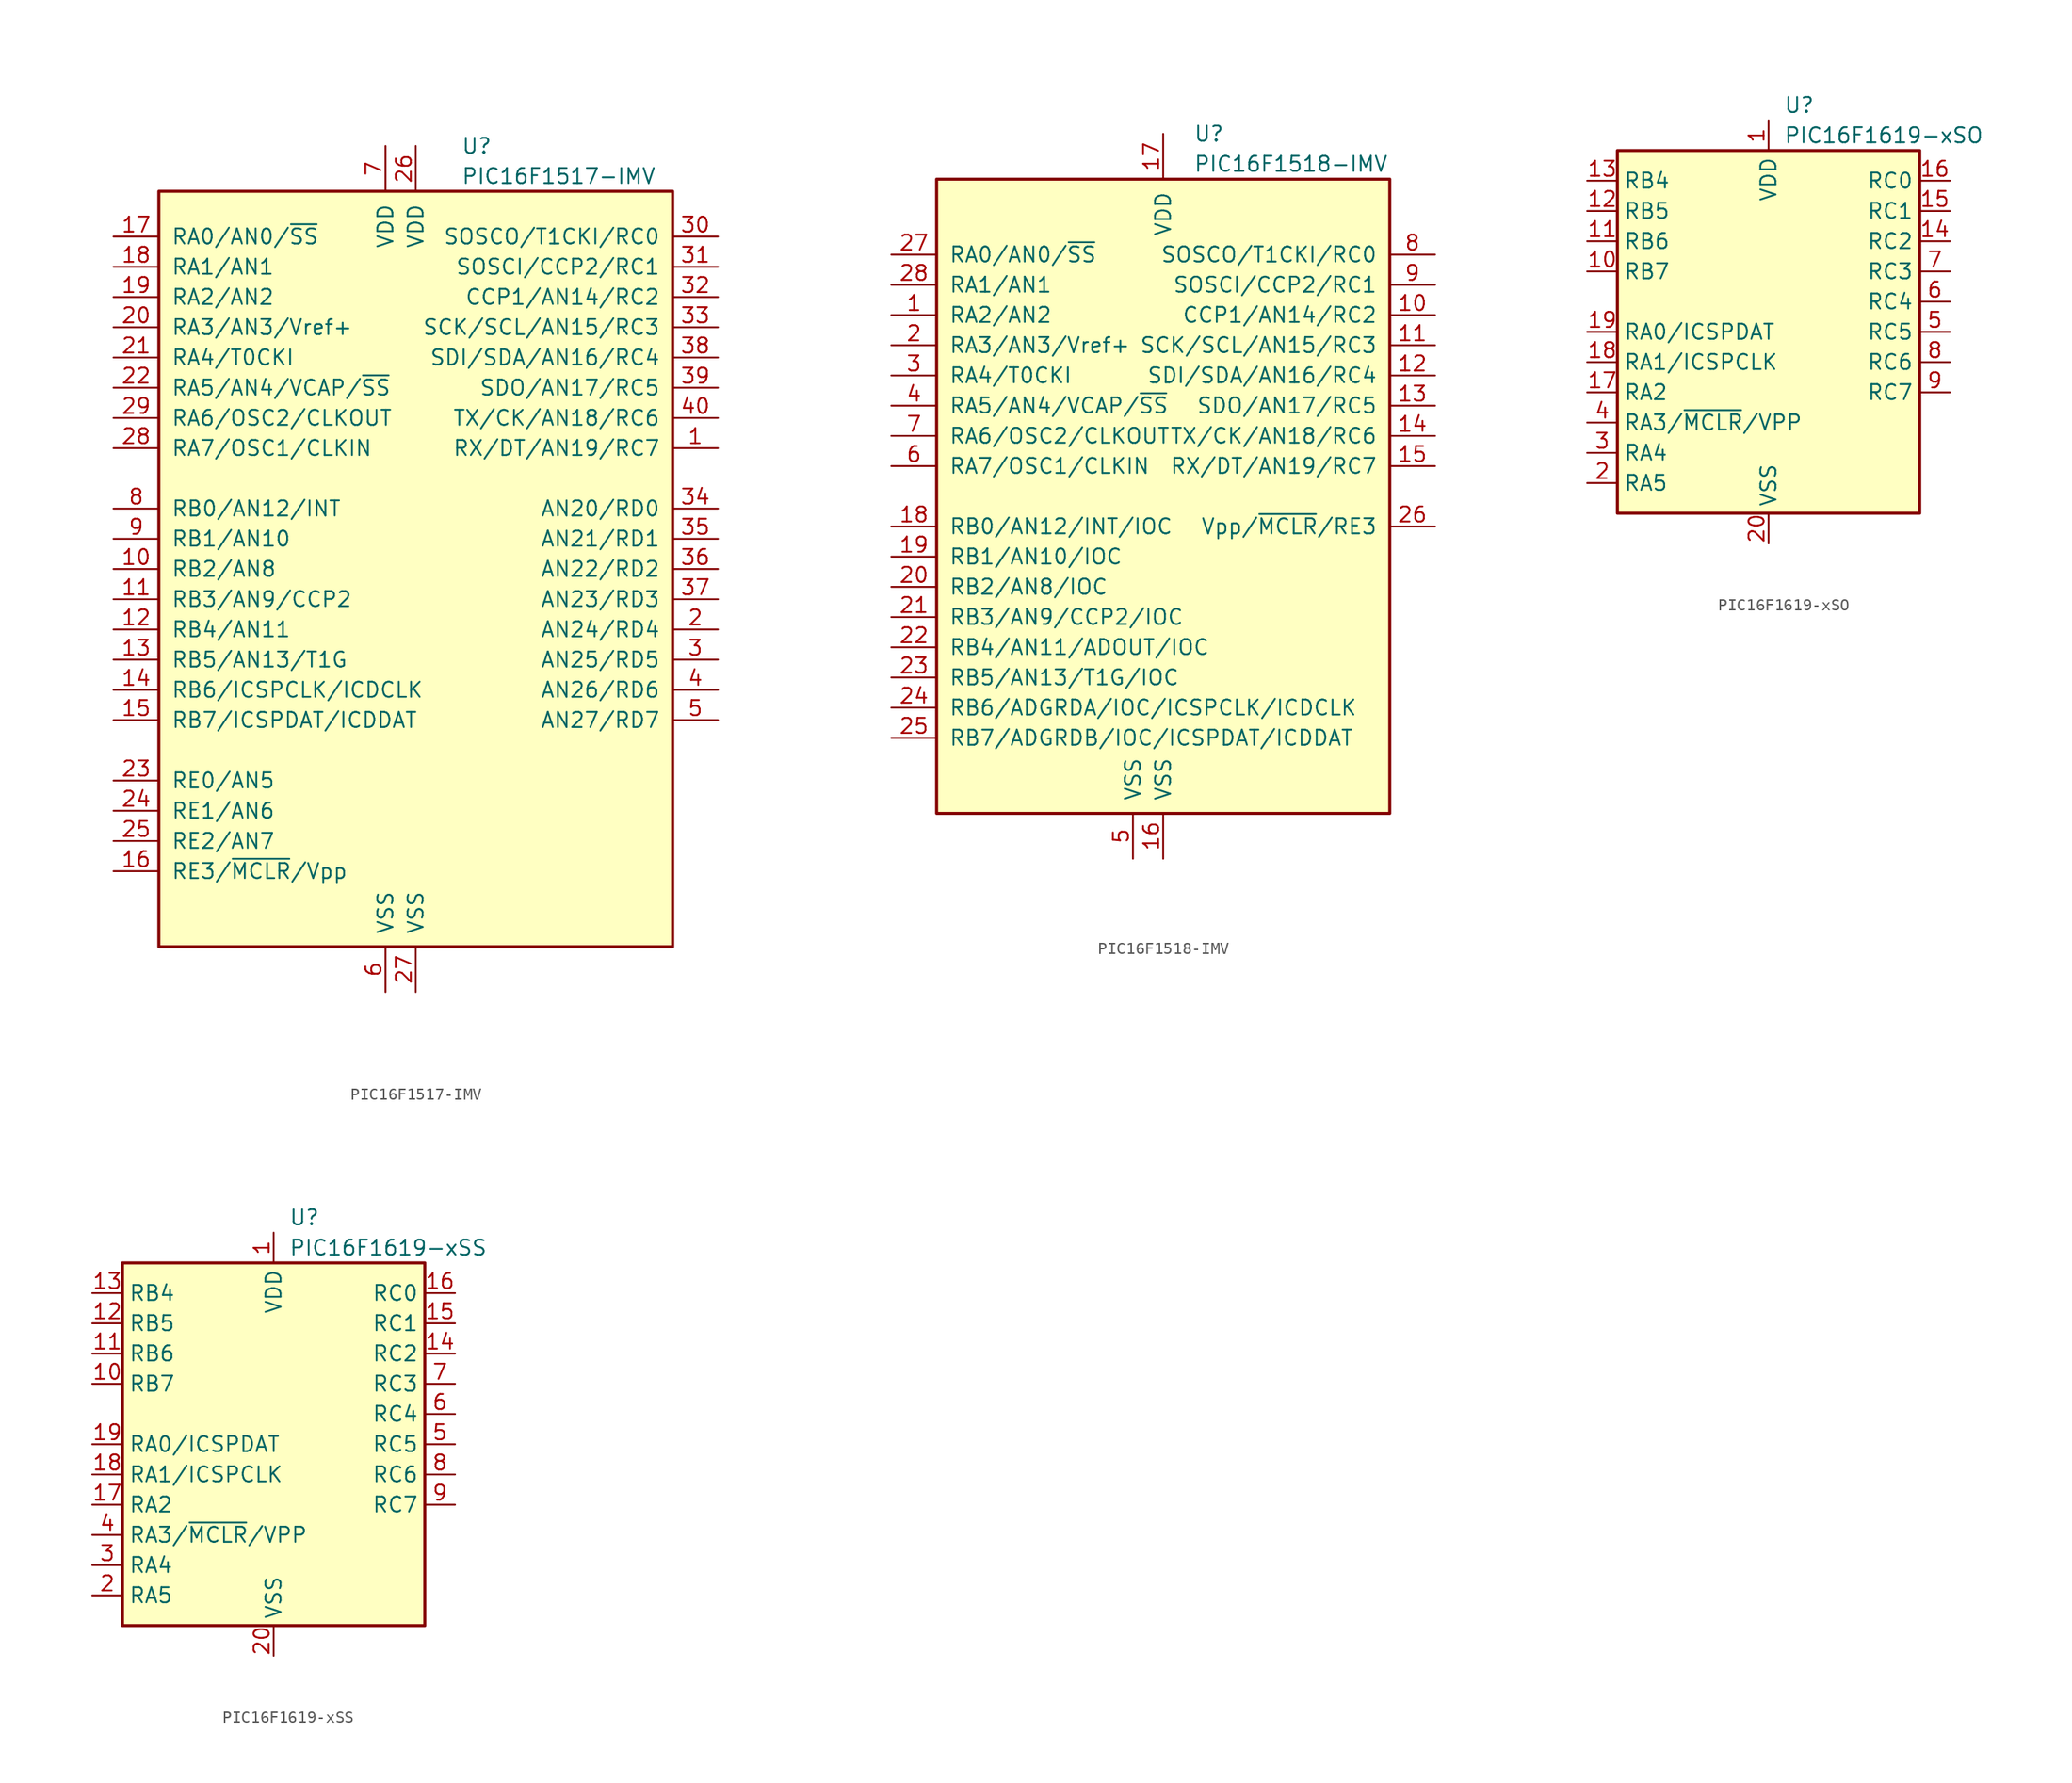
<source format=kicad_sym>
(kicad_symbol_lib
  (version 20241209)
  (generator "kicad_symbol_editor")
  (generator_version "9.0")
  (symbol "PIC16F1517-IMV"
    (pin_names
      (offset 1.016))
    (property "Reference" "U"
      (at 3.81 35.56 0)
      (effects (font (size 1.27 1.27)) (justify left)))
    (property "Value" "PIC16F1517-IMV"
      (at 3.81 33.02 0)
      (effects (font (size 1.27 1.27)) (justify left)))
    (symbol "PIC16F1517-IMV_0_1"
      (rectangle (start -21.59 31.75) (end 21.59 -31.75) (stroke (width 0.254) (type default)) (fill (type background))))
    (symbol "PIC16F1517-IMV_1_1"
      (pin bidirectional line (at -25.4 27.94 0) (length 3.81) (name "RA0/AN0/~{SS}" (effects (font (size 1.27 1.27)))) (number "17" (effects (font (size 1.27 1.27)))))
      (pin bidirectional line (at -25.4 25.4 0) (length 3.81) (name "RA1/AN1" (effects (font (size 1.27 1.27)))) (number "18" (effects (font (size 1.27 1.27)))))
      (pin bidirectional line (at -25.4 22.86 0) (length 3.81) (name "RA2/AN2" (effects (font (size 1.27 1.27)))) (number "19" (effects (font (size 1.27 1.27)))))
      (pin bidirectional line (at -25.4 20.32 0) (length 3.81) (name "RA3/AN3/Vref+" (effects (font (size 1.27 1.27)))) (number "20" (effects (font (size 1.27 1.27)))))
      (pin bidirectional line (at -25.4 17.78 0) (length 3.81) (name "RA4/T0CKI" (effects (font (size 1.27 1.27)))) (number "21" (effects (font (size 1.27 1.27)))))
      (pin bidirectional line (at -25.4 15.24 0) (length 3.81) (name "RA5/AN4/VCAP/~{SS}" (effects (font (size 1.27 1.27)))) (number "22" (effects (font (size 1.27 1.27)))))
      (pin bidirectional line (at -25.4 12.7 0) (length 3.81) (name "RA6/OSC2/CLKOUT" (effects (font (size 1.27 1.27)))) (number "29" (effects (font (size 1.27 1.27)))))
      (pin bidirectional line (at -25.4 10.16 0) (length 3.81) (name "RA7/OSC1/CLKIN" (effects (font (size 1.27 1.27)))) (number "28" (effects (font (size 1.27 1.27)))))
      (pin bidirectional line (at -25.4 5.08 0) (length 3.81) (name "RB0/AN12/INT" (effects (font (size 1.27 1.27)))) (number "8" (effects (font (size 1.27 1.27)))))
      (pin bidirectional line (at -25.4 2.54 0) (length 3.81) (name "RB1/AN10" (effects (font (size 1.27 1.27)))) (number "9" (effects (font (size 1.27 1.27)))))
      (pin bidirectional line (at -25.4 0 0) (length 3.81) (name "RB2/AN8" (effects (font (size 1.27 1.27)))) (number "10" (effects (font (size 1.27 1.27)))))
      (pin bidirectional line (at -25.4 -2.54 0) (length 3.81) (name "RB3/AN9/CCP2" (effects (font (size 1.27 1.27)))) (number "11" (effects (font (size 1.27 1.27)))))
      (pin bidirectional line (at -25.4 -5.08 0) (length 3.81) (name "RB4/AN11" (effects (font (size 1.27 1.27)))) (number "12" (effects (font (size 1.27 1.27)))))
      (pin bidirectional line (at -25.4 -7.62 0) (length 3.81) (name "RB5/AN13/T1G" (effects (font (size 1.27 1.27)))) (number "13" (effects (font (size 1.27 1.27)))))
      (pin bidirectional line (at -25.4 -10.16 0) (length 3.81) (name "RB6/ICSPCLK/ICDCLK" (effects (font (size 1.27 1.27)))) (number "14" (effects (font (size 1.27 1.27)))))
      (pin bidirectional line (at -25.4 -12.7 0) (length 3.81) (name "RB7/ICSPDAT/ICDDAT" (effects (font (size 1.27 1.27)))) (number "15" (effects (font (size 1.27 1.27)))))
      (pin bidirectional line (at -25.4 -17.78 0) (length 3.81) (name "RE0/AN5" (effects (font (size 1.27 1.27)))) (number "23" (effects (font (size 1.27 1.27)))))
      (pin bidirectional line (at -25.4 -20.32 0) (length 3.81) (name "RE1/AN6" (effects (font (size 1.27 1.27)))) (number "24" (effects (font (size 1.27 1.27)))))
      (pin bidirectional line (at -25.4 -22.86 0) (length 3.81) (name "RE2/AN7" (effects (font (size 1.27 1.27)))) (number "25" (effects (font (size 1.27 1.27)))))
      (pin input line (at -25.4 -25.4 0) (length 3.81) (name "RE3/~{MCLR}/Vpp" (effects (font (size 1.27 1.27)))) (number "16" (effects (font (size 1.27 1.27)))))
      (pin power_in line (at -2.54 35.56 270) (length 3.81) (name "VDD" (effects (font (size 1.27 1.27)))) (number "7" (effects (font (size 1.27 1.27)))))
      (pin power_in line (at -2.54 -35.56 90) (length 3.81) (name "VSS" (effects (font (size 1.27 1.27)))) (number "6" (effects (font (size 1.27 1.27)))))
      (pin power_in line (at 0 35.56 270) (length 3.81) (name "VDD" (effects (font (size 1.27 1.27)))) (number "26" (effects (font (size 1.27 1.27)))))
      (pin power_in line (at 0 -35.56 90) (length 3.81) (name "VSS" (effects (font (size 1.27 1.27)))) (number "27" (effects (font (size 1.27 1.27)))))
      (pin bidirectional line (at 25.4 27.94 180) (length 3.81) (name "SOSCO/T1CKI/RC0" (effects (font (size 1.27 1.27)))) (number "30" (effects (font (size 1.27 1.27)))))
      (pin bidirectional line (at 25.4 25.4 180) (length 3.81) (name "SOSCI/CCP2/RC1" (effects (font (size 1.27 1.27)))) (number "31" (effects (font (size 1.27 1.27)))))
      (pin bidirectional line (at 25.4 22.86 180) (length 3.81) (name "CCP1/AN14/RC2" (effects (font (size 1.27 1.27)))) (number "32" (effects (font (size 1.27 1.27)))))
      (pin bidirectional line (at 25.4 20.32 180) (length 3.81) (name "SCK/SCL/AN15/RC3" (effects (font (size 1.27 1.27)))) (number "33" (effects (font (size 1.27 1.27)))))
      (pin bidirectional line (at 25.4 17.78 180) (length 3.81) (name "SDI/SDA/AN16/RC4" (effects (font (size 1.27 1.27)))) (number "38" (effects (font (size 1.27 1.27)))))
      (pin bidirectional line (at 25.4 15.24 180) (length 3.81) (name "SDO/AN17/RC5" (effects (font (size 1.27 1.27)))) (number "39" (effects (font (size 1.27 1.27)))))
      (pin bidirectional line (at 25.4 12.7 180) (length 3.81) (name "TX/CK/AN18/RC6" (effects (font (size 1.27 1.27)))) (number "40" (effects (font (size 1.27 1.27)))))
      (pin bidirectional line (at 25.4 10.16 180) (length 3.81) (name "RX/DT/AN19/RC7" (effects (font (size 1.27 1.27)))) (number "1" (effects (font (size 1.27 1.27)))))
      (pin bidirectional line (at 25.4 5.08 180) (length 3.81) (name "AN20/RD0" (effects (font (size 1.27 1.27)))) (number "34" (effects (font (size 1.27 1.27)))))
      (pin bidirectional line (at 25.4 2.54 180) (length 3.81) (name "AN21/RD1" (effects (font (size 1.27 1.27)))) (number "35" (effects (font (size 1.27 1.27)))))
      (pin bidirectional line (at 25.4 0 180) (length 3.81) (name "AN22/RD2" (effects (font (size 1.27 1.27)))) (number "36" (effects (font (size 1.27 1.27)))))
      (pin bidirectional line (at 25.4 -2.54 180) (length 3.81) (name "AN23/RD3" (effects (font (size 1.27 1.27)))) (number "37" (effects (font (size 1.27 1.27)))))
      (pin bidirectional line (at 25.4 -5.08 180) (length 3.81) (name "AN24/RD4" (effects (font (size 1.27 1.27)))) (number "2" (effects (font (size 1.27 1.27)))))
      (pin bidirectional line (at 25.4 -7.62 180) (length 3.81) (name "AN25/RD5" (effects (font (size 1.27 1.27)))) (number "3" (effects (font (size 1.27 1.27)))))
      (pin bidirectional line (at 25.4 -10.16 180) (length 3.81) (name "AN26/RD6" (effects (font (size 1.27 1.27)))) (number "4" (effects (font (size 1.27 1.27)))))
      (pin bidirectional line (at 25.4 -12.7 180) (length 3.81) (name "AN27/RD7" (effects (font (size 1.27 1.27)))) (number "5" (effects (font (size 1.27 1.27)))))))
  (symbol "PIC16F1518-IMV"
    (pin_names
      (offset 1.016))
    (property "Reference" "U"
      (at 2.54 30.48 0)
      (effects (font (size 1.27 1.27)) (justify left)))
    (property "Value" "PIC16F1518-IMV"
      (at 2.54 27.94 0)
      (effects (font (size 1.27 1.27)) (justify left)))
    (symbol "PIC16F1518-IMV_0_1"
      (rectangle (start -19.05 26.67) (end 19.05 -26.67) (stroke (width 0.254) (type default)) (fill (type background))))
    (symbol "PIC16F1518-IMV_1_1"
      (pin bidirectional line (at -22.86 20.32 0) (length 3.81) (name "RA0/AN0/~{SS}" (effects (font (size 1.27 1.27)))) (number "27" (effects (font (size 1.27 1.27)))))
      (pin bidirectional line (at -22.86 17.78 0) (length 3.81) (name "RA1/AN1" (effects (font (size 1.27 1.27)))) (number "28" (effects (font (size 1.27 1.27)))))
      (pin bidirectional line (at -22.86 15.24 0) (length 3.81) (name "RA2/AN2" (effects (font (size 1.27 1.27)))) (number "1" (effects (font (size 1.27 1.27)))))
      (pin bidirectional line (at -22.86 12.7 0) (length 3.81) (name "RA3/AN3/Vref+" (effects (font (size 1.27 1.27)))) (number "2" (effects (font (size 1.27 1.27)))))
      (pin bidirectional line (at -22.86 10.16 0) (length 3.81) (name "RA4/T0CKI" (effects (font (size 1.27 1.27)))) (number "3" (effects (font (size 1.27 1.27)))))
      (pin bidirectional line (at -22.86 7.62 0) (length 3.81) (name "RA5/AN4/VCAP/~{SS}" (effects (font (size 1.27 1.27)))) (number "4" (effects (font (size 1.27 1.27)))))
      (pin bidirectional line (at -22.86 5.08 0) (length 3.81) (name "RA6/OSC2/CLKOUT" (effects (font (size 1.27 1.27)))) (number "7" (effects (font (size 1.27 1.27)))))
      (pin bidirectional line (at -22.86 2.54 0) (length 3.81) (name "RA7/OSC1/CLKIN" (effects (font (size 1.27 1.27)))) (number "6" (effects (font (size 1.27 1.27)))))
      (pin bidirectional line (at -22.86 -2.54 0) (length 3.81) (name "RB0/AN12/INT/IOC" (effects (font (size 1.27 1.27)))) (number "18" (effects (font (size 1.27 1.27)))))
      (pin bidirectional line (at -22.86 -5.08 0) (length 3.81) (name "RB1/AN10/IOC" (effects (font (size 1.27 1.27)))) (number "19" (effects (font (size 1.27 1.27)))))
      (pin bidirectional line (at -22.86 -7.62 0) (length 3.81) (name "RB2/AN8/IOC" (effects (font (size 1.27 1.27)))) (number "20" (effects (font (size 1.27 1.27)))))
      (pin bidirectional line (at -22.86 -10.16 0) (length 3.81) (name "RB3/AN9/CCP2/IOC" (effects (font (size 1.27 1.27)))) (number "21" (effects (font (size 1.27 1.27)))))
      (pin bidirectional line (at -22.86 -12.7 0) (length 3.81) (name "RB4/AN11/ADOUT/IOC" (effects (font (size 1.27 1.27)))) (number "22" (effects (font (size 1.27 1.27)))))
      (pin bidirectional line (at -22.86 -15.24 0) (length 3.81) (name "RB5/AN13/T1G/IOC" (effects (font (size 1.27 1.27)))) (number "23" (effects (font (size 1.27 1.27)))))
      (pin bidirectional line (at -22.86 -17.78 0) (length 3.81) (name "RB6/ADGRDA/IOC/ICSPCLK/ICDCLK" (effects (font (size 1.27 1.27)))) (number "24" (effects (font (size 1.27 1.27)))))
      (pin bidirectional line (at -22.86 -20.32 0) (length 3.81) (name "RB7/ADGRDB/IOC/ICSPDAT/ICDDAT" (effects (font (size 1.27 1.27)))) (number "25" (effects (font (size 1.27 1.27)))))
      (pin power_in line (at -2.54 -30.48 90) (length 3.81) (name "VSS" (effects (font (size 1.27 1.27)))) (number "5" (effects (font (size 1.27 1.27)))))
      (pin power_in line (at 0 30.48 270) (length 3.81) (name "VDD" (effects (font (size 1.27 1.27)))) (number "17" (effects (font (size 1.27 1.27)))))
      (pin power_in line (at 0 -30.48 90) (length 3.81) (name "VSS" (effects (font (size 1.27 1.27)))) (number "16" (effects (font (size 1.27 1.27)))))
      (pin bidirectional line (at 22.86 20.32 180) (length 3.81) (name "SOSCO/T1CKI/RC0" (effects (font (size 1.27 1.27)))) (number "8" (effects (font (size 1.27 1.27)))))
      (pin bidirectional line (at 22.86 17.78 180) (length 3.81) (name "SOSCI/CCP2/RC1" (effects (font (size 1.27 1.27)))) (number "9" (effects (font (size 1.27 1.27)))))
      (pin bidirectional line (at 22.86 15.24 180) (length 3.81) (name "CCP1/AN14/RC2" (effects (font (size 1.27 1.27)))) (number "10" (effects (font (size 1.27 1.27)))))
      (pin bidirectional line (at 22.86 12.7 180) (length 3.81) (name "SCK/SCL/AN15/RC3" (effects (font (size 1.27 1.27)))) (number "11" (effects (font (size 1.27 1.27)))))
      (pin bidirectional line (at 22.86 10.16 180) (length 3.81) (name "SDI/SDA/AN16/RC4" (effects (font (size 1.27 1.27)))) (number "12" (effects (font (size 1.27 1.27)))))
      (pin bidirectional line (at 22.86 7.62 180) (length 3.81) (name "SDO/AN17/RC5" (effects (font (size 1.27 1.27)))) (number "13" (effects (font (size 1.27 1.27)))))
      (pin bidirectional line (at 22.86 5.08 180) (length 3.81) (name "TX/CK/AN18/RC6" (effects (font (size 1.27 1.27)))) (number "14" (effects (font (size 1.27 1.27)))))
      (pin bidirectional line (at 22.86 2.54 180) (length 3.81) (name "RX/DT/AN19/RC7" (effects (font (size 1.27 1.27)))) (number "15" (effects (font (size 1.27 1.27)))))
      (pin input line (at 22.86 -2.54 180) (length 3.81) (name "Vpp/~{MCLR}/RE3" (effects (font (size 1.27 1.27)))) (number "26" (effects (font (size 1.27 1.27)))))))
  (symbol "PIC16F1619-xSO"
    (property "Reference" "U"
      (at 1.27 19.05 0)
      (effects (font (size 1.27 1.27)) (justify left)))
    (property "Value" "PIC16F1619-xSO"
      (at 1.27 16.51 0)
      (effects (font (size 1.27 1.27)) (justify left)))
    (symbol "PIC16F1619-xSO_0_1"
      (rectangle (start -12.7 15.24) (end 12.7 -15.24) (stroke (width 0.254) (type default)) (fill (type background))))
    (symbol "PIC16F1619-xSO_1_1"
      (pin bidirectional line (at -15.24 12.7 0) (length 2.54) (name "RB4" (effects (font (size 1.27 1.27)))) (number "13" (effects (font (size 1.27 1.27)))))
      (pin bidirectional line (at -15.24 10.16 0) (length 2.54) (name "RB5" (effects (font (size 1.27 1.27)))) (number "12" (effects (font (size 1.27 1.27)))))
      (pin bidirectional line (at -15.24 7.62 0) (length 2.54) (name "RB6" (effects (font (size 1.27 1.27)))) (number "11" (effects (font (size 1.27 1.27)))))
      (pin bidirectional line (at -15.24 5.08 0) (length 2.54) (name "RB7" (effects (font (size 1.27 1.27)))) (number "10" (effects (font (size 1.27 1.27)))))
      (pin bidirectional line (at -15.24 0 0) (length 2.54) (name "RA0/ICSPDAT" (effects (font (size 1.27 1.27)))) (number "19" (effects (font (size 1.27 1.27)))))
      (pin bidirectional line (at -15.24 -2.54 0) (length 2.54) (name "RA1/ICSPCLK" (effects (font (size 1.27 1.27)))) (number "18" (effects (font (size 1.27 1.27)))))
      (pin bidirectional line (at -15.24 -5.08 0) (length 2.54) (name "RA2" (effects (font (size 1.27 1.27)))) (number "17" (effects (font (size 1.27 1.27)))))
      (pin bidirectional line (at -15.24 -7.62 0) (length 2.54) (name "RA3/~{MCLR}/VPP" (effects (font (size 1.27 1.27)))) (number "4" (effects (font (size 1.27 1.27)))))
      (pin bidirectional line (at -15.24 -10.16 0) (length 2.54) (name "RA4" (effects (font (size 1.27 1.27)))) (number "3" (effects (font (size 1.27 1.27)))))
      (pin bidirectional line (at -15.24 -12.7 0) (length 2.54) (name "RA5" (effects (font (size 1.27 1.27)))) (number "2" (effects (font (size 1.27 1.27)))))
      (pin power_in line (at 0 17.78 270) (length 2.54) (name "VDD" (effects (font (size 1.27 1.27)))) (number "1" (effects (font (size 1.27 1.27)))))
      (pin power_in line (at 0 -17.78 90) (length 2.54) (name "VSS" (effects (font (size 1.27 1.27)))) (number "20" (effects (font (size 1.27 1.27)))))
      (pin bidirectional line (at 15.24 12.7 180) (length 2.54) (name "RC0" (effects (font (size 1.27 1.27)))) (number "16" (effects (font (size 1.27 1.27)))))
      (pin bidirectional line (at 15.24 10.16 180) (length 2.54) (name "RC1" (effects (font (size 1.27 1.27)))) (number "15" (effects (font (size 1.27 1.27)))))
      (pin bidirectional line (at 15.24 7.62 180) (length 2.54) (name "RC2" (effects (font (size 1.27 1.27)))) (number "14" (effects (font (size 1.27 1.27)))))
      (pin bidirectional line (at 15.24 5.08 180) (length 2.54) (name "RC3" (effects (font (size 1.27 1.27)))) (number "7" (effects (font (size 1.27 1.27)))))
      (pin bidirectional line (at 15.24 2.54 180) (length 2.54) (name "RC4" (effects (font (size 1.27 1.27)))) (number "6" (effects (font (size 1.27 1.27)))))
      (pin bidirectional line (at 15.24 0 180) (length 2.54) (name "RC5" (effects (font (size 1.27 1.27)))) (number "5" (effects (font (size 1.27 1.27)))))
      (pin bidirectional line (at 15.24 -2.54 180) (length 2.54) (name "RC6" (effects (font (size 1.27 1.27)))) (number "8" (effects (font (size 1.27 1.27)))))
      (pin bidirectional line (at 15.24 -5.08 180) (length 2.54) (name "RC7" (effects (font (size 1.27 1.27)))) (number "9" (effects (font (size 1.27 1.27)))))))
  (symbol "PIC16F1619-xSS"
    (property "Reference" "U"
      (at 1.27 19.05 0)
      (effects (font (size 1.27 1.27)) (justify left)))
    (property "Value" "PIC16F1619-xSS"
      (at 1.27 16.51 0)
      (effects (font (size 1.27 1.27)) (justify left)))
    (symbol "PIC16F1619-xSS_0_1"
      (rectangle (start -12.7 15.24) (end 12.7 -15.24) (stroke (width 0.254) (type default)) (fill (type background))))
    (symbol "PIC16F1619-xSS_1_1"
      (pin bidirectional line (at -15.24 12.7 0) (length 2.54) (name "RB4" (effects (font (size 1.27 1.27)))) (number "13" (effects (font (size 1.27 1.27)))))
      (pin bidirectional line (at -15.24 10.16 0) (length 2.54) (name "RB5" (effects (font (size 1.27 1.27)))) (number "12" (effects (font (size 1.27 1.27)))))
      (pin bidirectional line (at -15.24 7.62 0) (length 2.54) (name "RB6" (effects (font (size 1.27 1.27)))) (number "11" (effects (font (size 1.27 1.27)))))
      (pin bidirectional line (at -15.24 5.08 0) (length 2.54) (name "RB7" (effects (font (size 1.27 1.27)))) (number "10" (effects (font (size 1.27 1.27)))))
      (pin bidirectional line (at -15.24 0 0) (length 2.54) (name "RA0/ICSPDAT" (effects (font (size 1.27 1.27)))) (number "19" (effects (font (size 1.27 1.27)))))
      (pin bidirectional line (at -15.24 -2.54 0) (length 2.54) (name "RA1/ICSPCLK" (effects (font (size 1.27 1.27)))) (number "18" (effects (font (size 1.27 1.27)))))
      (pin bidirectional line (at -15.24 -5.08 0) (length 2.54) (name "RA2" (effects (font (size 1.27 1.27)))) (number "17" (effects (font (size 1.27 1.27)))))
      (pin bidirectional line (at -15.24 -7.62 0) (length 2.54) (name "RA3/~{MCLR}/VPP" (effects (font (size 1.27 1.27)))) (number "4" (effects (font (size 1.27 1.27)))))
      (pin bidirectional line (at -15.24 -10.16 0) (length 2.54) (name "RA4" (effects (font (size 1.27 1.27)))) (number "3" (effects (font (size 1.27 1.27)))))
      (pin bidirectional line (at -15.24 -12.7 0) (length 2.54) (name "RA5" (effects (font (size 1.27 1.27)))) (number "2" (effects (font (size 1.27 1.27)))))
      (pin power_in line (at 0 17.78 270) (length 2.54) (name "VDD" (effects (font (size 1.27 1.27)))) (number "1" (effects (font (size 1.27 1.27)))))
      (pin power_in line (at 0 -17.78 90) (length 2.54) (name "VSS" (effects (font (size 1.27 1.27)))) (number "20" (effects (font (size 1.27 1.27)))))
      (pin bidirectional line (at 15.24 12.7 180) (length 2.54) (name "RC0" (effects (font (size 1.27 1.27)))) (number "16" (effects (font (size 1.27 1.27)))))
      (pin bidirectional line (at 15.24 10.16 180) (length 2.54) (name "RC1" (effects (font (size 1.27 1.27)))) (number "15" (effects (font (size 1.27 1.27)))))
      (pin bidirectional line (at 15.24 7.62 180) (length 2.54) (name "RC2" (effects (font (size 1.27 1.27)))) (number "14" (effects (font (size 1.27 1.27)))))
      (pin bidirectional line (at 15.24 5.08 180) (length 2.54) (name "RC3" (effects (font (size 1.27 1.27)))) (number "7" (effects (font (size 1.27 1.27)))))
      (pin bidirectional line (at 15.24 2.54 180) (length 2.54) (name "RC4" (effects (font (size 1.27 1.27)))) (number "6" (effects (font (size 1.27 1.27)))))
      (pin bidirectional line (at 15.24 0 180) (length 2.54) (name "RC5" (effects (font (size 1.27 1.27)))) (number "5" (effects (font (size 1.27 1.27)))))
      (pin bidirectional line (at 15.24 -2.54 180) (length 2.54) (name "RC6" (effects (font (size 1.27 1.27)))) (number "8" (effects (font (size 1.27 1.27)))))
      (pin bidirectional line (at 15.24 -5.08 180) (length 2.54) (name "RC7" (effects (font (size 1.27 1.27)))) (number "9" (effects (font (size 1.27 1.27))))))))
</source>
